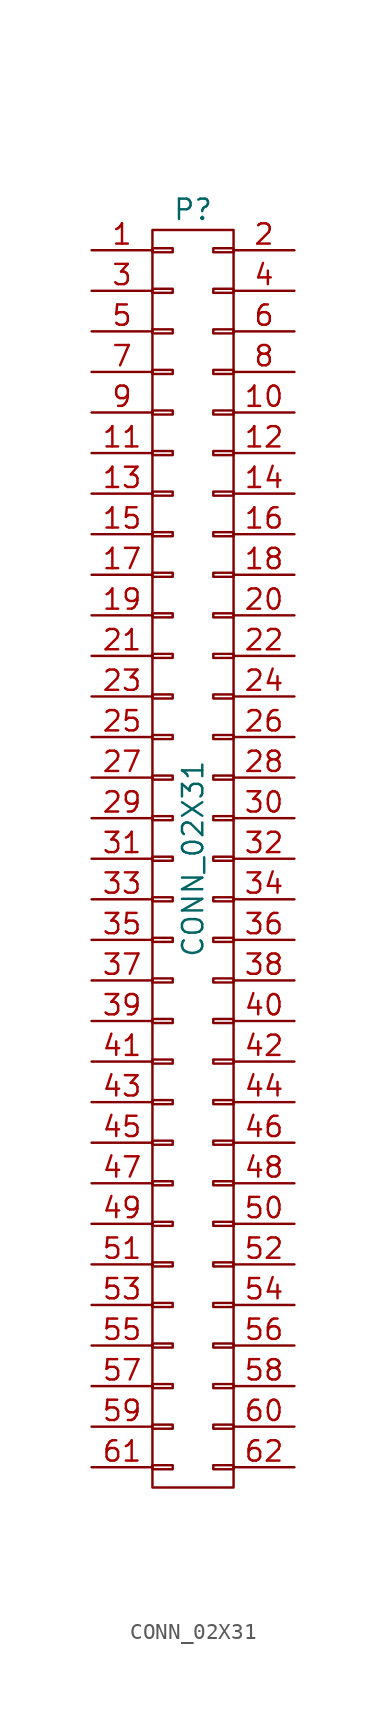
<source format=kicad_sym>
(kicad_symbol_lib
  (version 20211014)
  (generator kicad_symbol_editor)
  (symbol "CONN_02X31"
    (pin_names
      (offset 0.025) hide)
    (property "Reference" "P"
      (at 0 40.64 0)
      (effects (font (size 1.27 1.27))))
    (property "Value" "CONN_02X31"
      (at 0 0 90)
      (effects (font (size 1.27 1.27))))
    (property "Footprint" ""
      (at 0 -11.43 0)
      (effects (font (size 1.27 1.27))))
    (property "Datasheet" ""
      (at 0 -11.43 0)
      (effects (font (size 1.27 1.27))))
    (symbol "CONN_02X31_0_1"
      (rectangle (start -2.54 -37.973) (end -1.27 -38.227) (stroke (width 0) (type default) (color 0 0 0 0)) (fill (type none)))
      (rectangle (start -2.54 -35.433) (end -1.27 -35.687) (stroke (width 0) (type default) (color 0 0 0 0)) (fill (type none)))
      (rectangle (start -2.54 -32.893) (end -1.27 -33.147) (stroke (width 0) (type default) (color 0 0 0 0)) (fill (type none)))
      (rectangle (start -2.54 -30.353) (end -1.27 -30.607) (stroke (width 0) (type default) (color 0 0 0 0)) (fill (type none)))
      (rectangle (start -2.54 -27.813) (end -1.27 -28.067) (stroke (width 0) (type default) (color 0 0 0 0)) (fill (type none)))
      (rectangle (start -2.54 -25.273) (end -1.27 -25.527) (stroke (width 0) (type default) (color 0 0 0 0)) (fill (type none)))
      (rectangle (start -2.54 -22.733) (end -1.27 -22.987) (stroke (width 0) (type default) (color 0 0 0 0)) (fill (type none)))
      (rectangle (start -2.54 -20.193) (end -1.27 -20.447) (stroke (width 0) (type default) (color 0 0 0 0)) (fill (type none)))
      (rectangle (start -2.54 -17.653) (end -1.27 -17.907) (stroke (width 0) (type default) (color 0 0 0 0)) (fill (type none)))
      (rectangle (start -2.54 -15.113) (end -1.27 -15.367) (stroke (width 0) (type default) (color 0 0 0 0)) (fill (type none)))
      (rectangle (start -2.54 -12.573) (end -1.27 -12.827) (stroke (width 0) (type default) (color 0 0 0 0)) (fill (type none)))
      (rectangle (start -2.54 -10.033) (end -1.27 -10.287) (stroke (width 0) (type default) (color 0 0 0 0)) (fill (type none)))
      (rectangle (start -2.54 -7.493) (end -1.27 -7.747) (stroke (width 0) (type default) (color 0 0 0 0)) (fill (type none)))
      (rectangle (start -2.54 -4.953) (end -1.27 -5.207) (stroke (width 0) (type default) (color 0 0 0 0)) (fill (type none)))
      (rectangle (start -2.54 -2.413) (end -1.27 -2.667) (stroke (width 0) (type default) (color 0 0 0 0)) (fill (type none)))
      (rectangle (start -2.54 0.127) (end -1.27 -0.127) (stroke (width 0) (type default) (color 0 0 0 0)) (fill (type none)))
      (rectangle (start -2.54 2.667) (end -1.27 2.413) (stroke (width 0) (type default) (color 0 0 0 0)) (fill (type none)))
      (rectangle (start -2.54 5.207) (end -1.27 4.953) (stroke (width 0) (type default) (color 0 0 0 0)) (fill (type none)))
      (rectangle (start -2.54 7.747) (end -1.27 7.493) (stroke (width 0) (type default) (color 0 0 0 0)) (fill (type none)))
      (rectangle (start -2.54 10.287) (end -1.27 10.033) (stroke (width 0) (type default) (color 0 0 0 0)) (fill (type none)))
      (rectangle (start -2.54 12.827) (end -1.27 12.573) (stroke (width 0) (type default) (color 0 0 0 0)) (fill (type none)))
      (rectangle (start -2.54 15.367) (end -1.27 15.113) (stroke (width 0) (type default) (color 0 0 0 0)) (fill (type none)))
      (rectangle (start -2.54 17.907) (end -1.27 17.653) (stroke (width 0) (type default) (color 0 0 0 0)) (fill (type none)))
      (rectangle (start -2.54 20.447) (end -1.27 20.193) (stroke (width 0) (type default) (color 0 0 0 0)) (fill (type none)))
      (rectangle (start -2.54 22.987) (end -1.27 22.733) (stroke (width 0) (type default) (color 0 0 0 0)) (fill (type none)))
      (rectangle (start -2.54 25.527) (end -1.27 25.273) (stroke (width 0) (type default) (color 0 0 0 0)) (fill (type none)))
      (rectangle (start -2.54 28.067) (end -1.27 27.813) (stroke (width 0) (type default) (color 0 0 0 0)) (fill (type none)))
      (rectangle (start -2.54 30.607) (end -1.27 30.353) (stroke (width 0) (type default) (color 0 0 0 0)) (fill (type none)))
      (rectangle (start -2.54 33.147) (end -1.27 32.893) (stroke (width 0) (type default) (color 0 0 0 0)) (fill (type none)))
      (rectangle (start -2.54 35.687) (end -1.27 35.433) (stroke (width 0) (type default) (color 0 0 0 0)) (fill (type none)))
      (rectangle (start -2.54 38.227) (end -1.27 37.973) (stroke (width 0) (type default) (color 0 0 0 0)) (fill (type none)))
      (rectangle (start -2.54 39.37) (end 2.54 -39.37) (stroke (width 0) (type default) (color 0 0 0 0)) (fill (type none)))
      (rectangle (start 1.27 -37.973) (end 2.54 -38.227) (stroke (width 0) (type default) (color 0 0 0 0)) (fill (type none)))
      (rectangle (start 1.27 -35.433) (end 2.54 -35.687) (stroke (width 0) (type default) (color 0 0 0 0)) (fill (type none)))
      (rectangle (start 1.27 -32.893) (end 2.54 -33.147) (stroke (width 0) (type default) (color 0 0 0 0)) (fill (type none)))
      (rectangle (start 1.27 -30.353) (end 2.54 -30.607) (stroke (width 0) (type default) (color 0 0 0 0)) (fill (type none)))
      (rectangle (start 1.27 -27.813) (end 2.54 -28.067) (stroke (width 0) (type default) (color 0 0 0 0)) (fill (type none)))
      (rectangle (start 1.27 -25.273) (end 2.54 -25.527) (stroke (width 0) (type default) (color 0 0 0 0)) (fill (type none)))
      (rectangle (start 1.27 -22.733) (end 2.54 -22.987) (stroke (width 0) (type default) (color 0 0 0 0)) (fill (type none)))
      (rectangle (start 1.27 -20.193) (end 2.54 -20.447) (stroke (width 0) (type default) (color 0 0 0 0)) (fill (type none)))
      (rectangle (start 1.27 -17.653) (end 2.54 -17.907) (stroke (width 0) (type default) (color 0 0 0 0)) (fill (type none)))
      (rectangle (start 1.27 -15.113) (end 2.54 -15.367) (stroke (width 0) (type default) (color 0 0 0 0)) (fill (type none)))
      (rectangle (start 1.27 -12.573) (end 2.54 -12.827) (stroke (width 0) (type default) (color 0 0 0 0)) (fill (type none)))
      (rectangle (start 1.27 -10.033) (end 2.54 -10.287) (stroke (width 0) (type default) (color 0 0 0 0)) (fill (type none)))
      (rectangle (start 1.27 -7.493) (end 2.54 -7.747) (stroke (width 0) (type default) (color 0 0 0 0)) (fill (type none)))
      (rectangle (start 1.27 -4.953) (end 2.54 -5.207) (stroke (width 0) (type default) (color 0 0 0 0)) (fill (type none)))
      (rectangle (start 1.27 -2.413) (end 2.54 -2.667) (stroke (width 0) (type default) (color 0 0 0 0)) (fill (type none)))
      (rectangle (start 1.27 0.127) (end 2.54 -0.127) (stroke (width 0) (type default) (color 0 0 0 0)) (fill (type none)))
      (rectangle (start 1.27 2.667) (end 2.54 2.413) (stroke (width 0) (type default) (color 0 0 0 0)) (fill (type none)))
      (rectangle (start 1.27 5.207) (end 2.54 4.953) (stroke (width 0) (type default) (color 0 0 0 0)) (fill (type none)))
      (rectangle (start 1.27 7.747) (end 2.54 7.493) (stroke (width 0) (type default) (color 0 0 0 0)) (fill (type none)))
      (rectangle (start 1.27 10.287) (end 2.54 10.033) (stroke (width 0) (type default) (color 0 0 0 0)) (fill (type none)))
      (rectangle (start 1.27 12.827) (end 2.54 12.573) (stroke (width 0) (type default) (color 0 0 0 0)) (fill (type none)))
      (rectangle (start 1.27 15.367) (end 2.54 15.113) (stroke (width 0) (type default) (color 0 0 0 0)) (fill (type none)))
      (rectangle (start 1.27 17.907) (end 2.54 17.653) (stroke (width 0) (type default) (color 0 0 0 0)) (fill (type none)))
      (rectangle (start 1.27 20.447) (end 2.54 20.193) (stroke (width 0) (type default) (color 0 0 0 0)) (fill (type none)))
      (rectangle (start 1.27 22.987) (end 2.54 22.733) (stroke (width 0) (type default) (color 0 0 0 0)) (fill (type none)))
      (rectangle (start 1.27 25.527) (end 2.54 25.273) (stroke (width 0) (type default) (color 0 0 0 0)) (fill (type none)))
      (rectangle (start 1.27 28.067) (end 2.54 27.813) (stroke (width 0) (type default) (color 0 0 0 0)) (fill (type none)))
      (rectangle (start 1.27 30.607) (end 2.54 30.353) (stroke (width 0) (type default) (color 0 0 0 0)) (fill (type none)))
      (rectangle (start 1.27 33.147) (end 2.54 32.893) (stroke (width 0) (type default) (color 0 0 0 0)) (fill (type none)))
      (rectangle (start 1.27 35.687) (end 2.54 35.433) (stroke (width 0) (type default) (color 0 0 0 0)) (fill (type none)))
      (rectangle (start 1.27 38.227) (end 2.54 37.973) (stroke (width 0) (type default) (color 0 0 0 0)) (fill (type none))))
    (symbol "CONN_02X31_1_1"
      (pin passive line (at -6.35 38.1 0) (length 3.81) (name "P1" (effects (font (size 1.27 1.27)))) (number "1" (effects (font (size 1.27 1.27)))))
      (pin passive line (at 6.35 27.94 180) (length 3.81) (name "P10" (effects (font (size 1.27 1.27)))) (number "10" (effects (font (size 1.27 1.27)))))
      (pin passive line (at -6.35 25.4 0) (length 3.81) (name "P11" (effects (font (size 1.27 1.27)))) (number "11" (effects (font (size 1.27 1.27)))))
      (pin passive line (at 6.35 25.4 180) (length 3.81) (name "P12" (effects (font (size 1.27 1.27)))) (number "12" (effects (font (size 1.27 1.27)))))
      (pin passive line (at -6.35 22.86 0) (length 3.81) (name "P13" (effects (font (size 1.27 1.27)))) (number "13" (effects (font (size 1.27 1.27)))))
      (pin passive line (at 6.35 22.86 180) (length 3.81) (name "P14" (effects (font (size 1.27 1.27)))) (number "14" (effects (font (size 1.27 1.27)))))
      (pin passive line (at -6.35 20.32 0) (length 3.81) (name "P15" (effects (font (size 1.27 1.27)))) (number "15" (effects (font (size 1.27 1.27)))))
      (pin passive line (at 6.35 20.32 180) (length 3.81) (name "P16" (effects (font (size 1.27 1.27)))) (number "16" (effects (font (size 1.27 1.27)))))
      (pin passive line (at -6.35 17.78 0) (length 3.81) (name "P17" (effects (font (size 1.27 1.27)))) (number "17" (effects (font (size 1.27 1.27)))))
      (pin passive line (at 6.35 17.78 180) (length 3.81) (name "P18" (effects (font (size 1.27 1.27)))) (number "18" (effects (font (size 1.27 1.27)))))
      (pin passive line (at -6.35 15.24 0) (length 3.81) (name "P19" (effects (font (size 1.27 1.27)))) (number "19" (effects (font (size 1.27 1.27)))))
      (pin passive line (at 6.35 38.1 180) (length 3.81) (name "P2" (effects (font (size 1.27 1.27)))) (number "2" (effects (font (size 1.27 1.27)))))
      (pin passive line (at 6.35 15.24 180) (length 3.81) (name "P20" (effects (font (size 1.27 1.27)))) (number "20" (effects (font (size 1.27 1.27)))))
      (pin passive line (at -6.35 12.7 0) (length 3.81) (name "P21" (effects (font (size 1.27 1.27)))) (number "21" (effects (font (size 1.27 1.27)))))
      (pin passive line (at 6.35 12.7 180) (length 3.81) (name "P22" (effects (font (size 1.27 1.27)))) (number "22" (effects (font (size 1.27 1.27)))))
      (pin passive line (at -6.35 10.16 0) (length 3.81) (name "P23" (effects (font (size 1.27 1.27)))) (number "23" (effects (font (size 1.27 1.27)))))
      (pin passive line (at 6.35 10.16 180) (length 3.81) (name "P24" (effects (font (size 1.27 1.27)))) (number "24" (effects (font (size 1.27 1.27)))))
      (pin passive line (at -6.35 7.62 0) (length 3.81) (name "P25" (effects (font (size 1.27 1.27)))) (number "25" (effects (font (size 1.27 1.27)))))
      (pin passive line (at 6.35 7.62 180) (length 3.81) (name "P26" (effects (font (size 1.27 1.27)))) (number "26" (effects (font (size 1.27 1.27)))))
      (pin passive line (at -6.35 5.08 0) (length 3.81) (name "P27" (effects (font (size 1.27 1.27)))) (number "27" (effects (font (size 1.27 1.27)))))
      (pin passive line (at 6.35 5.08 180) (length 3.81) (name "P28" (effects (font (size 1.27 1.27)))) (number "28" (effects (font (size 1.27 1.27)))))
      (pin passive line (at -6.35 2.54 0) (length 3.81) (name "P29" (effects (font (size 1.27 1.27)))) (number "29" (effects (font (size 1.27 1.27)))))
      (pin passive line (at -6.35 35.56 0) (length 3.81) (name "P3" (effects (font (size 1.27 1.27)))) (number "3" (effects (font (size 1.27 1.27)))))
      (pin passive line (at 6.35 2.54 180) (length 3.81) (name "P30" (effects (font (size 1.27 1.27)))) (number "30" (effects (font (size 1.27 1.27)))))
      (pin passive line (at -6.35 0 0) (length 3.81) (name "P31" (effects (font (size 1.27 1.27)))) (number "31" (effects (font (size 1.27 1.27)))))
      (pin passive line (at 6.35 0 180) (length 3.81) (name "P32" (effects (font (size 1.27 1.27)))) (number "32" (effects (font (size 1.27 1.27)))))
      (pin passive line (at -6.35 -2.54 0) (length 3.81) (name "P33" (effects (font (size 1.27 1.27)))) (number "33" (effects (font (size 1.27 1.27)))))
      (pin passive line (at 6.35 -2.54 180) (length 3.81) (name "P34" (effects (font (size 1.27 1.27)))) (number "34" (effects (font (size 1.27 1.27)))))
      (pin passive line (at -6.35 -5.08 0) (length 3.81) (name "P35" (effects (font (size 1.27 1.27)))) (number "35" (effects (font (size 1.27 1.27)))))
      (pin passive line (at 6.35 -5.08 180) (length 3.81) (name "P36" (effects (font (size 1.27 1.27)))) (number "36" (effects (font (size 1.27 1.27)))))
      (pin passive line (at -6.35 -7.62 0) (length 3.81) (name "P37" (effects (font (size 1.27 1.27)))) (number "37" (effects (font (size 1.27 1.27)))))
      (pin passive line (at 6.35 -7.62 180) (length 3.81) (name "P38" (effects (font (size 1.27 1.27)))) (number "38" (effects (font (size 1.27 1.27)))))
      (pin passive line (at -6.35 -10.16 0) (length 3.81) (name "P39" (effects (font (size 1.27 1.27)))) (number "39" (effects (font (size 1.27 1.27)))))
      (pin passive line (at 6.35 35.56 180) (length 3.81) (name "P4" (effects (font (size 1.27 1.27)))) (number "4" (effects (font (size 1.27 1.27)))))
      (pin passive line (at 6.35 -10.16 180) (length 3.81) (name "P40" (effects (font (size 1.27 1.27)))) (number "40" (effects (font (size 1.27 1.27)))))
      (pin passive line (at -6.35 -12.7 0) (length 3.81) (name "P41" (effects (font (size 1.27 1.27)))) (number "41" (effects (font (size 1.27 1.27)))))
      (pin passive line (at 6.35 -12.7 180) (length 3.81) (name "P42" (effects (font (size 1.27 1.27)))) (number "42" (effects (font (size 1.27 1.27)))))
      (pin passive line (at -6.35 -15.24 0) (length 3.81) (name "P43" (effects (font (size 1.27 1.27)))) (number "43" (effects (font (size 1.27 1.27)))))
      (pin passive line (at 6.35 -15.24 180) (length 3.81) (name "P44" (effects (font (size 1.27 1.27)))) (number "44" (effects (font (size 1.27 1.27)))))
      (pin passive line (at -6.35 -17.78 0) (length 3.81) (name "P45" (effects (font (size 1.27 1.27)))) (number "45" (effects (font (size 1.27 1.27)))))
      (pin passive line (at 6.35 -17.78 180) (length 3.81) (name "P46" (effects (font (size 1.27 1.27)))) (number "46" (effects (font (size 1.27 1.27)))))
      (pin passive line (at -6.35 -20.32 0) (length 3.81) (name "P47" (effects (font (size 1.27 1.27)))) (number "47" (effects (font (size 1.27 1.27)))))
      (pin passive line (at 6.35 -20.32 180) (length 3.81) (name "P48" (effects (font (size 1.27 1.27)))) (number "48" (effects (font (size 1.27 1.27)))))
      (pin passive line (at -6.35 -22.86 0) (length 3.81) (name "P49" (effects (font (size 1.27 1.27)))) (number "49" (effects (font (size 1.27 1.27)))))
      (pin passive line (at -6.35 33.02 0) (length 3.81) (name "P5" (effects (font (size 1.27 1.27)))) (number "5" (effects (font (size 1.27 1.27)))))
      (pin passive line (at 6.35 -22.86 180) (length 3.81) (name "P50" (effects (font (size 1.27 1.27)))) (number "50" (effects (font (size 1.27 1.27)))))
      (pin passive line (at -6.35 -25.4 0) (length 3.81) (name "P51" (effects (font (size 1.27 1.27)))) (number "51" (effects (font (size 1.27 1.27)))))
      (pin passive line (at 6.35 -25.4 180) (length 3.81) (name "P52" (effects (font (size 1.27 1.27)))) (number "52" (effects (font (size 1.27 1.27)))))
      (pin passive line (at -6.35 -27.94 0) (length 3.81) (name "P53" (effects (font (size 1.27 1.27)))) (number "53" (effects (font (size 1.27 1.27)))))
      (pin passive line (at 6.35 -27.94 180) (length 3.81) (name "P54" (effects (font (size 1.27 1.27)))) (number "54" (effects (font (size 1.27 1.27)))))
      (pin passive line (at -6.35 -30.48 0) (length 3.81) (name "P55" (effects (font (size 1.27 1.27)))) (number "55" (effects (font (size 1.27 1.27)))))
      (pin passive line (at 6.35 -30.48 180) (length 3.81) (name "P56" (effects (font (size 1.27 1.27)))) (number "56" (effects (font (size 1.27 1.27)))))
      (pin passive line (at -6.35 -33.02 0) (length 3.81) (name "P57" (effects (font (size 1.27 1.27)))) (number "57" (effects (font (size 1.27 1.27)))))
      (pin passive line (at 6.35 -33.02 180) (length 3.81) (name "P58" (effects (font (size 1.27 1.27)))) (number "58" (effects (font (size 1.27 1.27)))))
      (pin passive line (at -6.35 -35.56 0) (length 3.81) (name "P59" (effects (font (size 1.27 1.27)))) (number "59" (effects (font (size 1.27 1.27)))))
      (pin passive line (at 6.35 33.02 180) (length 3.81) (name "P6" (effects (font (size 1.27 1.27)))) (number "6" (effects (font (size 1.27 1.27)))))
      (pin passive line (at 6.35 -35.56 180) (length 3.81) (name "P60" (effects (font (size 1.27 1.27)))) (number "60" (effects (font (size 1.27 1.27)))))
      (pin passive line (at -6.35 -38.1 0) (length 3.81) (name "P61" (effects (font (size 1.27 1.27)))) (number "61" (effects (font (size 1.27 1.27)))))
      (pin passive line (at 6.35 -38.1 180) (length 3.81) (name "P62" (effects (font (size 1.27 1.27)))) (number "62" (effects (font (size 1.27 1.27)))))
      (pin passive line (at -6.35 30.48 0) (length 3.81) (name "P7" (effects (font (size 1.27 1.27)))) (number "7" (effects (font (size 1.27 1.27)))))
      (pin passive line (at 6.35 30.48 180) (length 3.81) (name "P8" (effects (font (size 1.27 1.27)))) (number "8" (effects (font (size 1.27 1.27)))))
      (pin passive line (at -6.35 27.94 0) (length 3.81) (name "P9" (effects (font (size 1.27 1.27)))) (number "9" (effects (font (size 1.27 1.27))))))))
</source>
